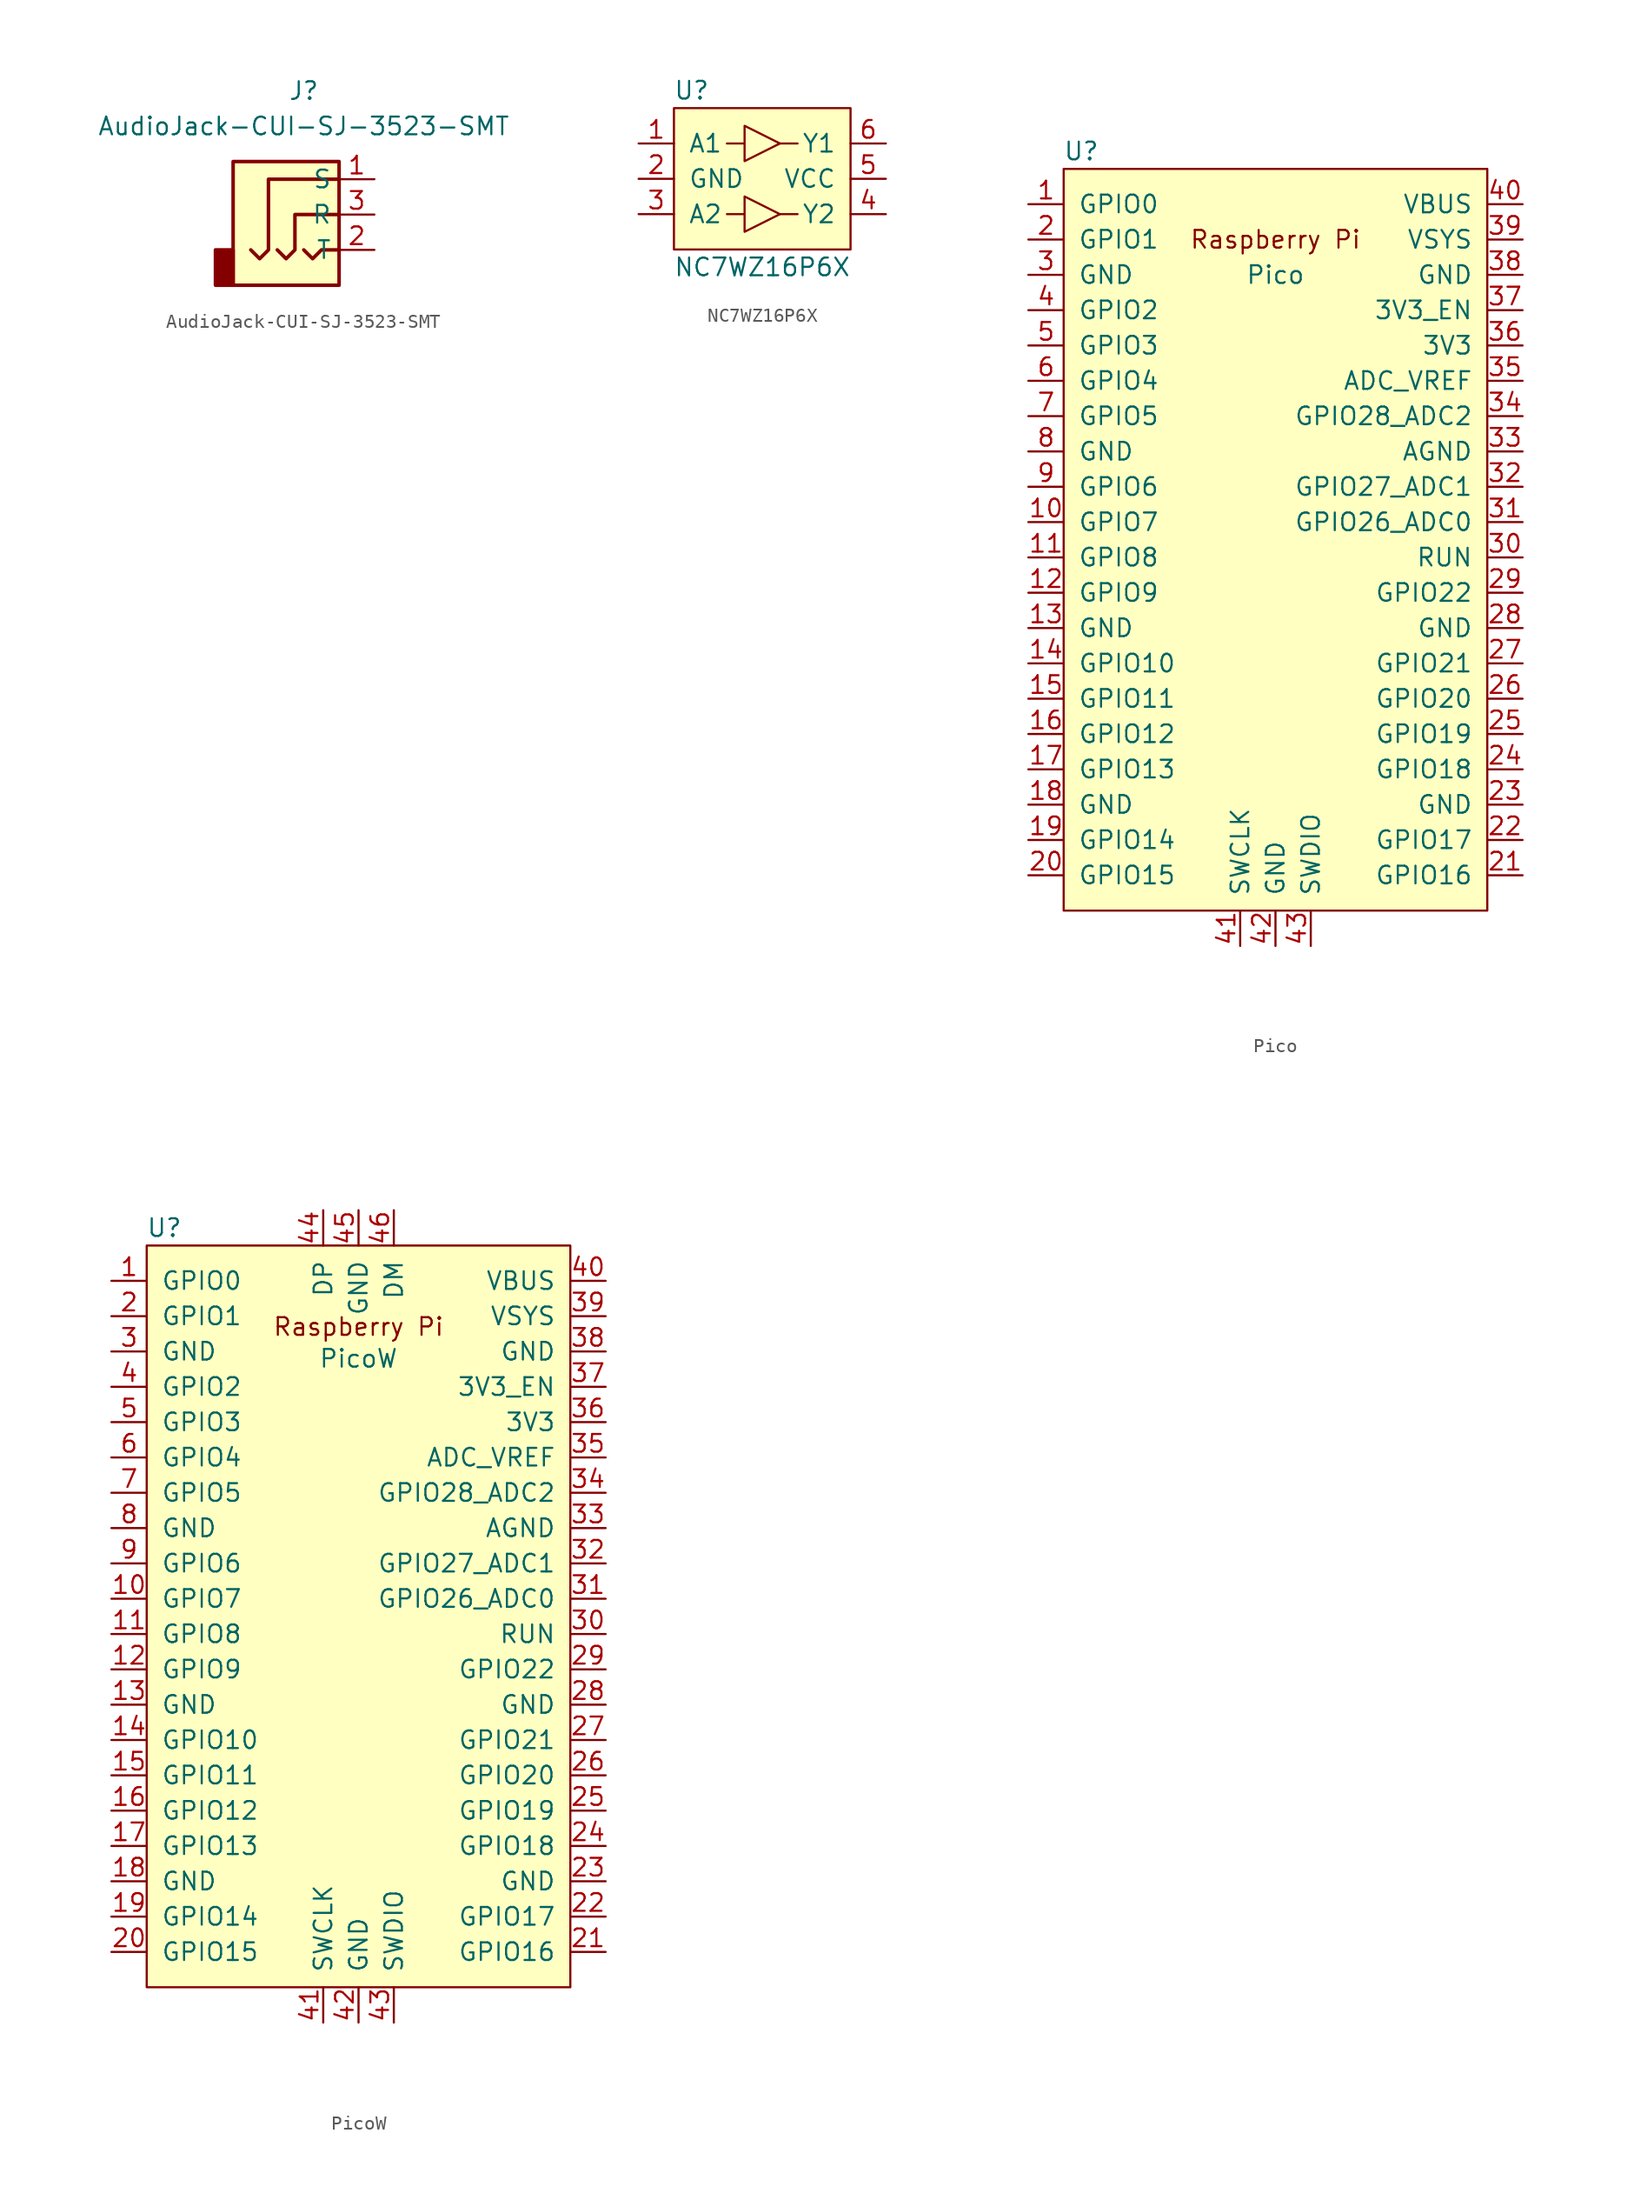
<source format=kicad_sym>
(kicad_symbol_lib
  (version 20231120)
  (generator "kicad_symbol_editor")
  (generator_version "8.0")
  (symbol "AudioJack-CUI-SJ-3523-SMT"
    (property "Reference" "J"
      (at 0 8.89 0)
      (effects (font (size 1.27 1.27))))
    (property "Value" "AudioJack-CUI-SJ-3523-SMT"
      (at 0 6.35 0)
      (effects (font (size 1.27 1.27))))
    (symbol "AudioJack-CUI-SJ-3523-SMT_0_1"
      (rectangle (start -5.08 -5.08) (end -6.35 -2.54) (stroke (width 0.254) (type default)) (fill (type outline)))
      (polyline (pts (xy 0 -2.54) (xy 0.635 -3.175) (xy 1.27 -2.54) (xy 2.54 -2.54)) (stroke (width 0.254) (type default)) (fill (type none)))
      (polyline (pts (xy -1.905 -2.54) (xy -1.27 -3.175) (xy -0.635 -2.54) (xy -0.635 0) (xy 2.54 0)) (stroke (width 0.254) (type default)) (fill (type none)))
      (polyline (pts (xy 2.54 2.54) (xy -2.54 2.54) (xy -2.54 -2.54) (xy -3.175 -3.175) (xy -3.81 -2.54)) (stroke (width 0.254) (type default)) (fill (type none)))
      (rectangle (start 2.54 3.81) (end -5.08 -5.08) (stroke (width 0.254) (type default)) (fill (type background))))
    (symbol "AudioJack-CUI-SJ-3523-SMT_1_1"
      (pin passive line (at 5.08 2.54 180) (length 2.54) (name "S" (effects (font (size 1.27 1.27)))) (number "1" (effects (font (size 1.27 1.27)))))
      (pin passive line (at 5.08 -2.54 180) (length 2.54) (name "T" (effects (font (size 1.27 1.27)))) (number "2" (effects (font (size 1.27 1.27)))))
      (pin passive line (at 5.08 0 180) (length 2.54) (name "R" (effects (font (size 1.27 1.27)))) (number "3" (effects (font (size 1.27 1.27)))))))
  (symbol "NC7WZ16P6X"
    (pin_names
      (offset 1.016))
    (property "Reference" "U"
      (at -5.08 6.35 0)
      (effects (font (size 1.27 1.27))))
    (property "Value" "NC7WZ16P6X"
      (at 0 -6.35 0)
      (effects (font (size 1.27 1.27))))
    (symbol "NC7WZ16P6X_0_1"
      (rectangle (start -6.35 5.08) (end 6.35 -5.08) (stroke (width 0) (type default)) (fill (type background)))
      (polyline (pts (xy 1.27 -2.54) (xy 2.54 -2.54)) (stroke (width 0) (type default)) (fill (type none)))
      (polyline (pts (xy 1.27 2.54) (xy 2.54 2.54)) (stroke (width 0) (type default)) (fill (type none)))
      (polyline (pts (xy -2.54 -2.54) (xy -1.27 -2.54) (xy -1.27 -1.27) (xy 1.27 -2.54) (xy -1.27 -3.81) (xy -1.27 -2.54)) (stroke (width 0) (type default)) (fill (type none)))
      (polyline (pts (xy -2.54 2.54) (xy -1.27 2.54) (xy -1.27 3.81) (xy 1.27 2.54) (xy -1.27 1.27) (xy -1.27 2.54) (xy -2.54 2.54)) (stroke (width 0) (type default)) (fill (type none))))
    (symbol "NC7WZ16P6X_1_1"
      (pin input line (at -8.89 2.54 0) (length 2.54) (name "A1" (effects (font (size 1.27 1.27)))) (number "1" (effects (font (size 1.27 1.27)))))
      (pin power_in line (at -8.89 0 0) (length 2.54) (name "GND" (effects (font (size 1.27 1.27)))) (number "2" (effects (font (size 1.27 1.27)))))
      (pin input line (at -8.89 -2.54 0) (length 2.54) (name "A2" (effects (font (size 1.27 1.27)))) (number "3" (effects (font (size 1.27 1.27)))))
      (pin output line (at 8.89 -2.54 180) (length 2.54) (name "Y2" (effects (font (size 1.27 1.27)))) (number "4" (effects (font (size 1.27 1.27)))))
      (pin power_in line (at 8.89 0 180) (length 2.54) (name "VCC" (effects (font (size 1.27 1.27)))) (number "5" (effects (font (size 1.27 1.27)))))
      (pin output line (at 8.89 2.54 180) (length 2.54) (name "Y1" (effects (font (size 1.27 1.27)))) (number "6" (effects (font (size 1.27 1.27)))))))
  (symbol "Pico"
    (pin_names
      (offset 1.016))
    (property "Reference" "U"
      (at -13.97 27.94 0)
      (effects (font (size 1.27 1.27))))
    (property "Value" "Pico"
      (at 0 19.05 0)
      (effects (font (size 1.27 1.27))))
    (symbol "Pico_0_0"
      (text "Raspberry Pi" (at 0 21.59 0) (effects (font (size 1.27 1.27)))))
    (symbol "Pico_0_1"
      (rectangle (start -15.24 26.67) (end 15.24 -26.67) (stroke (width 0) (type default)) (fill (type background))))
    (symbol "Pico_1_1"
      (pin bidirectional line (at -17.78 24.13 0) (length 2.54) (name "GPIO0" (effects (font (size 1.27 1.27)))) (number "1" (effects (font (size 1.27 1.27)))))
      (pin bidirectional line (at -17.78 1.27 0) (length 2.54) (name "GPIO7" (effects (font (size 1.27 1.27)))) (number "10" (effects (font (size 1.27 1.27)))))
      (pin bidirectional line (at -17.78 -1.27 0) (length 2.54) (name "GPIO8" (effects (font (size 1.27 1.27)))) (number "11" (effects (font (size 1.27 1.27)))))
      (pin bidirectional line (at -17.78 -3.81 0) (length 2.54) (name "GPIO9" (effects (font (size 1.27 1.27)))) (number "12" (effects (font (size 1.27 1.27)))))
      (pin power_in line (at -17.78 -6.35 0) (length 2.54) (name "GND" (effects (font (size 1.27 1.27)))) (number "13" (effects (font (size 1.27 1.27)))))
      (pin bidirectional line (at -17.78 -8.89 0) (length 2.54) (name "GPIO10" (effects (font (size 1.27 1.27)))) (number "14" (effects (font (size 1.27 1.27)))))
      (pin bidirectional line (at -17.78 -11.43 0) (length 2.54) (name "GPIO11" (effects (font (size 1.27 1.27)))) (number "15" (effects (font (size 1.27 1.27)))))
      (pin bidirectional line (at -17.78 -13.97 0) (length 2.54) (name "GPIO12" (effects (font (size 1.27 1.27)))) (number "16" (effects (font (size 1.27 1.27)))))
      (pin bidirectional line (at -17.78 -16.51 0) (length 2.54) (name "GPIO13" (effects (font (size 1.27 1.27)))) (number "17" (effects (font (size 1.27 1.27)))))
      (pin power_in line (at -17.78 -19.05 0) (length 2.54) (name "GND" (effects (font (size 1.27 1.27)))) (number "18" (effects (font (size 1.27 1.27)))))
      (pin bidirectional line (at -17.78 -21.59 0) (length 2.54) (name "GPIO14" (effects (font (size 1.27 1.27)))) (number "19" (effects (font (size 1.27 1.27)))))
      (pin bidirectional line (at -17.78 21.59 0) (length 2.54) (name "GPIO1" (effects (font (size 1.27 1.27)))) (number "2" (effects (font (size 1.27 1.27)))))
      (pin bidirectional line (at -17.78 -24.13 0) (length 2.54) (name "GPIO15" (effects (font (size 1.27 1.27)))) (number "20" (effects (font (size 1.27 1.27)))))
      (pin bidirectional line (at 17.78 -24.13 180) (length 2.54) (name "GPIO16" (effects (font (size 1.27 1.27)))) (number "21" (effects (font (size 1.27 1.27)))))
      (pin bidirectional line (at 17.78 -21.59 180) (length 2.54) (name "GPIO17" (effects (font (size 1.27 1.27)))) (number "22" (effects (font (size 1.27 1.27)))))
      (pin power_in line (at 17.78 -19.05 180) (length 2.54) (name "GND" (effects (font (size 1.27 1.27)))) (number "23" (effects (font (size 1.27 1.27)))))
      (pin bidirectional line (at 17.78 -16.51 180) (length 2.54) (name "GPIO18" (effects (font (size 1.27 1.27)))) (number "24" (effects (font (size 1.27 1.27)))))
      (pin bidirectional line (at 17.78 -13.97 180) (length 2.54) (name "GPIO19" (effects (font (size 1.27 1.27)))) (number "25" (effects (font (size 1.27 1.27)))))
      (pin bidirectional line (at 17.78 -11.43 180) (length 2.54) (name "GPIO20" (effects (font (size 1.27 1.27)))) (number "26" (effects (font (size 1.27 1.27)))))
      (pin bidirectional line (at 17.78 -8.89 180) (length 2.54) (name "GPIO21" (effects (font (size 1.27 1.27)))) (number "27" (effects (font (size 1.27 1.27)))))
      (pin power_in line (at 17.78 -6.35 180) (length 2.54) (name "GND" (effects (font (size 1.27 1.27)))) (number "28" (effects (font (size 1.27 1.27)))))
      (pin bidirectional line (at 17.78 -3.81 180) (length 2.54) (name "GPIO22" (effects (font (size 1.27 1.27)))) (number "29" (effects (font (size 1.27 1.27)))))
      (pin power_in line (at -17.78 19.05 0) (length 2.54) (name "GND" (effects (font (size 1.27 1.27)))) (number "3" (effects (font (size 1.27 1.27)))))
      (pin input line (at 17.78 -1.27 180) (length 2.54) (name "RUN" (effects (font (size 1.27 1.27)))) (number "30" (effects (font (size 1.27 1.27)))))
      (pin bidirectional line (at 17.78 1.27 180) (length 2.54) (name "GPIO26_ADC0" (effects (font (size 1.27 1.27)))) (number "31" (effects (font (size 1.27 1.27)))))
      (pin bidirectional line (at 17.78 3.81 180) (length 2.54) (name "GPIO27_ADC1" (effects (font (size 1.27 1.27)))) (number "32" (effects (font (size 1.27 1.27)))))
      (pin power_in line (at 17.78 6.35 180) (length 2.54) (name "AGND" (effects (font (size 1.27 1.27)))) (number "33" (effects (font (size 1.27 1.27)))))
      (pin bidirectional line (at 17.78 8.89 180) (length 2.54) (name "GPIO28_ADC2" (effects (font (size 1.27 1.27)))) (number "34" (effects (font (size 1.27 1.27)))))
      (pin unspecified line (at 17.78 11.43 180) (length 2.54) (name "ADC_VREF" (effects (font (size 1.27 1.27)))) (number "35" (effects (font (size 1.27 1.27)))))
      (pin unspecified line (at 17.78 13.97 180) (length 2.54) (name "3V3" (effects (font (size 1.27 1.27)))) (number "36" (effects (font (size 1.27 1.27)))))
      (pin input line (at 17.78 16.51 180) (length 2.54) (name "3V3_EN" (effects (font (size 1.27 1.27)))) (number "37" (effects (font (size 1.27 1.27)))))
      (pin bidirectional line (at 17.78 19.05 180) (length 2.54) (name "GND" (effects (font (size 1.27 1.27)))) (number "38" (effects (font (size 1.27 1.27)))))
      (pin unspecified line (at 17.78 21.59 180) (length 2.54) (name "VSYS" (effects (font (size 1.27 1.27)))) (number "39" (effects (font (size 1.27 1.27)))))
      (pin bidirectional line (at -17.78 16.51 0) (length 2.54) (name "GPIO2" (effects (font (size 1.27 1.27)))) (number "4" (effects (font (size 1.27 1.27)))))
      (pin unspecified line (at 17.78 24.13 180) (length 2.54) (name "VBUS" (effects (font (size 1.27 1.27)))) (number "40" (effects (font (size 1.27 1.27)))))
      (pin input line (at -2.54 -29.21 90) (length 2.54) (name "SWCLK" (effects (font (size 1.27 1.27)))) (number "41" (effects (font (size 1.27 1.27)))))
      (pin power_in line (at 0 -29.21 90) (length 2.54) (name "GND" (effects (font (size 1.27 1.27)))) (number "42" (effects (font (size 1.27 1.27)))))
      (pin bidirectional line (at 2.54 -29.21 90) (length 2.54) (name "SWDIO" (effects (font (size 1.27 1.27)))) (number "43" (effects (font (size 1.27 1.27)))))
      (pin bidirectional line (at -17.78 13.97 0) (length 2.54) (name "GPIO3" (effects (font (size 1.27 1.27)))) (number "5" (effects (font (size 1.27 1.27)))))
      (pin bidirectional line (at -17.78 11.43 0) (length 2.54) (name "GPIO4" (effects (font (size 1.27 1.27)))) (number "6" (effects (font (size 1.27 1.27)))))
      (pin bidirectional line (at -17.78 8.89 0) (length 2.54) (name "GPIO5" (effects (font (size 1.27 1.27)))) (number "7" (effects (font (size 1.27 1.27)))))
      (pin power_in line (at -17.78 6.35 0) (length 2.54) (name "GND" (effects (font (size 1.27 1.27)))) (number "8" (effects (font (size 1.27 1.27)))))
      (pin bidirectional line (at -17.78 3.81 0) (length 2.54) (name "GPIO6" (effects (font (size 1.27 1.27)))) (number "9" (effects (font (size 1.27 1.27)))))))
  (symbol "PicoW"
    (pin_names
      (offset 1.016))
    (property "Reference" "U"
      (at -13.97 27.94 0)
      (effects (font (size 1.27 1.27))))
    (property "Value" "PicoW"
      (at 0 18.542 0)
      (effects (font (size 1.27 1.27))))
    (symbol "PicoW_0_0"
      (text "Raspberry Pi" (at 0 20.828 0) (effects (font (size 1.27 1.27)))))
    (symbol "PicoW_0_1"
      (rectangle (start -15.24 26.67) (end 15.24 -26.67) (stroke (width 0) (type default)) (fill (type background))))
    (symbol "PicoW_1_1"
      (pin bidirectional line (at -17.78 24.13 0) (length 2.54) (name "GPIO0" (effects (font (size 1.27 1.27)))) (number "1" (effects (font (size 1.27 1.27)))))
      (pin bidirectional line (at -17.78 1.27 0) (length 2.54) (name "GPIO7" (effects (font (size 1.27 1.27)))) (number "10" (effects (font (size 1.27 1.27)))))
      (pin bidirectional line (at -17.78 -1.27 0) (length 2.54) (name "GPIO8" (effects (font (size 1.27 1.27)))) (number "11" (effects (font (size 1.27 1.27)))))
      (pin bidirectional line (at -17.78 -3.81 0) (length 2.54) (name "GPIO9" (effects (font (size 1.27 1.27)))) (number "12" (effects (font (size 1.27 1.27)))))
      (pin power_in line (at -17.78 -6.35 0) (length 2.54) (name "GND" (effects (font (size 1.27 1.27)))) (number "13" (effects (font (size 1.27 1.27)))))
      (pin bidirectional line (at -17.78 -8.89 0) (length 2.54) (name "GPIO10" (effects (font (size 1.27 1.27)))) (number "14" (effects (font (size 1.27 1.27)))))
      (pin bidirectional line (at -17.78 -11.43 0) (length 2.54) (name "GPIO11" (effects (font (size 1.27 1.27)))) (number "15" (effects (font (size 1.27 1.27)))))
      (pin bidirectional line (at -17.78 -13.97 0) (length 2.54) (name "GPIO12" (effects (font (size 1.27 1.27)))) (number "16" (effects (font (size 1.27 1.27)))))
      (pin bidirectional line (at -17.78 -16.51 0) (length 2.54) (name "GPIO13" (effects (font (size 1.27 1.27)))) (number "17" (effects (font (size 1.27 1.27)))))
      (pin power_in line (at -17.78 -19.05 0) (length 2.54) (name "GND" (effects (font (size 1.27 1.27)))) (number "18" (effects (font (size 1.27 1.27)))))
      (pin bidirectional line (at -17.78 -21.59 0) (length 2.54) (name "GPIO14" (effects (font (size 1.27 1.27)))) (number "19" (effects (font (size 1.27 1.27)))))
      (pin bidirectional line (at -17.78 21.59 0) (length 2.54) (name "GPIO1" (effects (font (size 1.27 1.27)))) (number "2" (effects (font (size 1.27 1.27)))))
      (pin bidirectional line (at -17.78 -24.13 0) (length 2.54) (name "GPIO15" (effects (font (size 1.27 1.27)))) (number "20" (effects (font (size 1.27 1.27)))))
      (pin bidirectional line (at 17.78 -24.13 180) (length 2.54) (name "GPIO16" (effects (font (size 1.27 1.27)))) (number "21" (effects (font (size 1.27 1.27)))))
      (pin bidirectional line (at 17.78 -21.59 180) (length 2.54) (name "GPIO17" (effects (font (size 1.27 1.27)))) (number "22" (effects (font (size 1.27 1.27)))))
      (pin power_in line (at 17.78 -19.05 180) (length 2.54) (name "GND" (effects (font (size 1.27 1.27)))) (number "23" (effects (font (size 1.27 1.27)))))
      (pin bidirectional line (at 17.78 -16.51 180) (length 2.54) (name "GPIO18" (effects (font (size 1.27 1.27)))) (number "24" (effects (font (size 1.27 1.27)))))
      (pin bidirectional line (at 17.78 -13.97 180) (length 2.54) (name "GPIO19" (effects (font (size 1.27 1.27)))) (number "25" (effects (font (size 1.27 1.27)))))
      (pin bidirectional line (at 17.78 -11.43 180) (length 2.54) (name "GPIO20" (effects (font (size 1.27 1.27)))) (number "26" (effects (font (size 1.27 1.27)))))
      (pin bidirectional line (at 17.78 -8.89 180) (length 2.54) (name "GPIO21" (effects (font (size 1.27 1.27)))) (number "27" (effects (font (size 1.27 1.27)))))
      (pin power_in line (at 17.78 -6.35 180) (length 2.54) (name "GND" (effects (font (size 1.27 1.27)))) (number "28" (effects (font (size 1.27 1.27)))))
      (pin bidirectional line (at 17.78 -3.81 180) (length 2.54) (name "GPIO22" (effects (font (size 1.27 1.27)))) (number "29" (effects (font (size 1.27 1.27)))))
      (pin power_in line (at -17.78 19.05 0) (length 2.54) (name "GND" (effects (font (size 1.27 1.27)))) (number "3" (effects (font (size 1.27 1.27)))))
      (pin input line (at 17.78 -1.27 180) (length 2.54) (name "RUN" (effects (font (size 1.27 1.27)))) (number "30" (effects (font (size 1.27 1.27)))))
      (pin bidirectional line (at 17.78 1.27 180) (length 2.54) (name "GPIO26_ADC0" (effects (font (size 1.27 1.27)))) (number "31" (effects (font (size 1.27 1.27)))))
      (pin bidirectional line (at 17.78 3.81 180) (length 2.54) (name "GPIO27_ADC1" (effects (font (size 1.27 1.27)))) (number "32" (effects (font (size 1.27 1.27)))))
      (pin power_in line (at 17.78 6.35 180) (length 2.54) (name "AGND" (effects (font (size 1.27 1.27)))) (number "33" (effects (font (size 1.27 1.27)))))
      (pin bidirectional line (at 17.78 8.89 180) (length 2.54) (name "GPIO28_ADC2" (effects (font (size 1.27 1.27)))) (number "34" (effects (font (size 1.27 1.27)))))
      (pin unspecified line (at 17.78 11.43 180) (length 2.54) (name "ADC_VREF" (effects (font (size 1.27 1.27)))) (number "35" (effects (font (size 1.27 1.27)))))
      (pin unspecified line (at 17.78 13.97 180) (length 2.54) (name "3V3" (effects (font (size 1.27 1.27)))) (number "36" (effects (font (size 1.27 1.27)))))
      (pin input line (at 17.78 16.51 180) (length 2.54) (name "3V3_EN" (effects (font (size 1.27 1.27)))) (number "37" (effects (font (size 1.27 1.27)))))
      (pin bidirectional line (at 17.78 19.05 180) (length 2.54) (name "GND" (effects (font (size 1.27 1.27)))) (number "38" (effects (font (size 1.27 1.27)))))
      (pin unspecified line (at 17.78 21.59 180) (length 2.54) (name "VSYS" (effects (font (size 1.27 1.27)))) (number "39" (effects (font (size 1.27 1.27)))))
      (pin bidirectional line (at -17.78 16.51 0) (length 2.54) (name "GPIO2" (effects (font (size 1.27 1.27)))) (number "4" (effects (font (size 1.27 1.27)))))
      (pin unspecified line (at 17.78 24.13 180) (length 2.54) (name "VBUS" (effects (font (size 1.27 1.27)))) (number "40" (effects (font (size 1.27 1.27)))))
      (pin input line (at -2.54 -29.21 90) (length 2.54) (name "SWCLK" (effects (font (size 1.27 1.27)))) (number "41" (effects (font (size 1.27 1.27)))))
      (pin power_in line (at 0 -29.21 90) (length 2.54) (name "GND" (effects (font (size 1.27 1.27)))) (number "42" (effects (font (size 1.27 1.27)))))
      (pin bidirectional line (at 2.54 -29.21 90) (length 2.54) (name "SWDIO" (effects (font (size 1.27 1.27)))) (number "43" (effects (font (size 1.27 1.27)))))
      (pin bidirectional line (at -2.54 29.21 270) (length 2.54) (name "DP" (effects (font (size 1.27 1.27)))) (number "44" (effects (font (size 1.27 1.27)))))
      (pin power_in line (at 0 29.21 270) (length 2.54) (name "GND" (effects (font (size 1.27 1.27)))) (number "45" (effects (font (size 1.27 1.27)))))
      (pin input line (at 2.54 29.21 270) (length 2.54) (name "DM" (effects (font (size 1.27 1.27)))) (number "46" (effects (font (size 1.27 1.27)))))
      (pin bidirectional line (at -17.78 13.97 0) (length 2.54) (name "GPIO3" (effects (font (size 1.27 1.27)))) (number "5" (effects (font (size 1.27 1.27)))))
      (pin bidirectional line (at -17.78 11.43 0) (length 2.54) (name "GPIO4" (effects (font (size 1.27 1.27)))) (number "6" (effects (font (size 1.27 1.27)))))
      (pin bidirectional line (at -17.78 8.89 0) (length 2.54) (name "GPIO5" (effects (font (size 1.27 1.27)))) (number "7" (effects (font (size 1.27 1.27)))))
      (pin power_in line (at -17.78 6.35 0) (length 2.54) (name "GND" (effects (font (size 1.27 1.27)))) (number "8" (effects (font (size 1.27 1.27)))))
      (pin bidirectional line (at -17.78 3.81 0) (length 2.54) (name "GPIO6" (effects (font (size 1.27 1.27)))) (number "9" (effects (font (size 1.27 1.27))))))))
</source>
